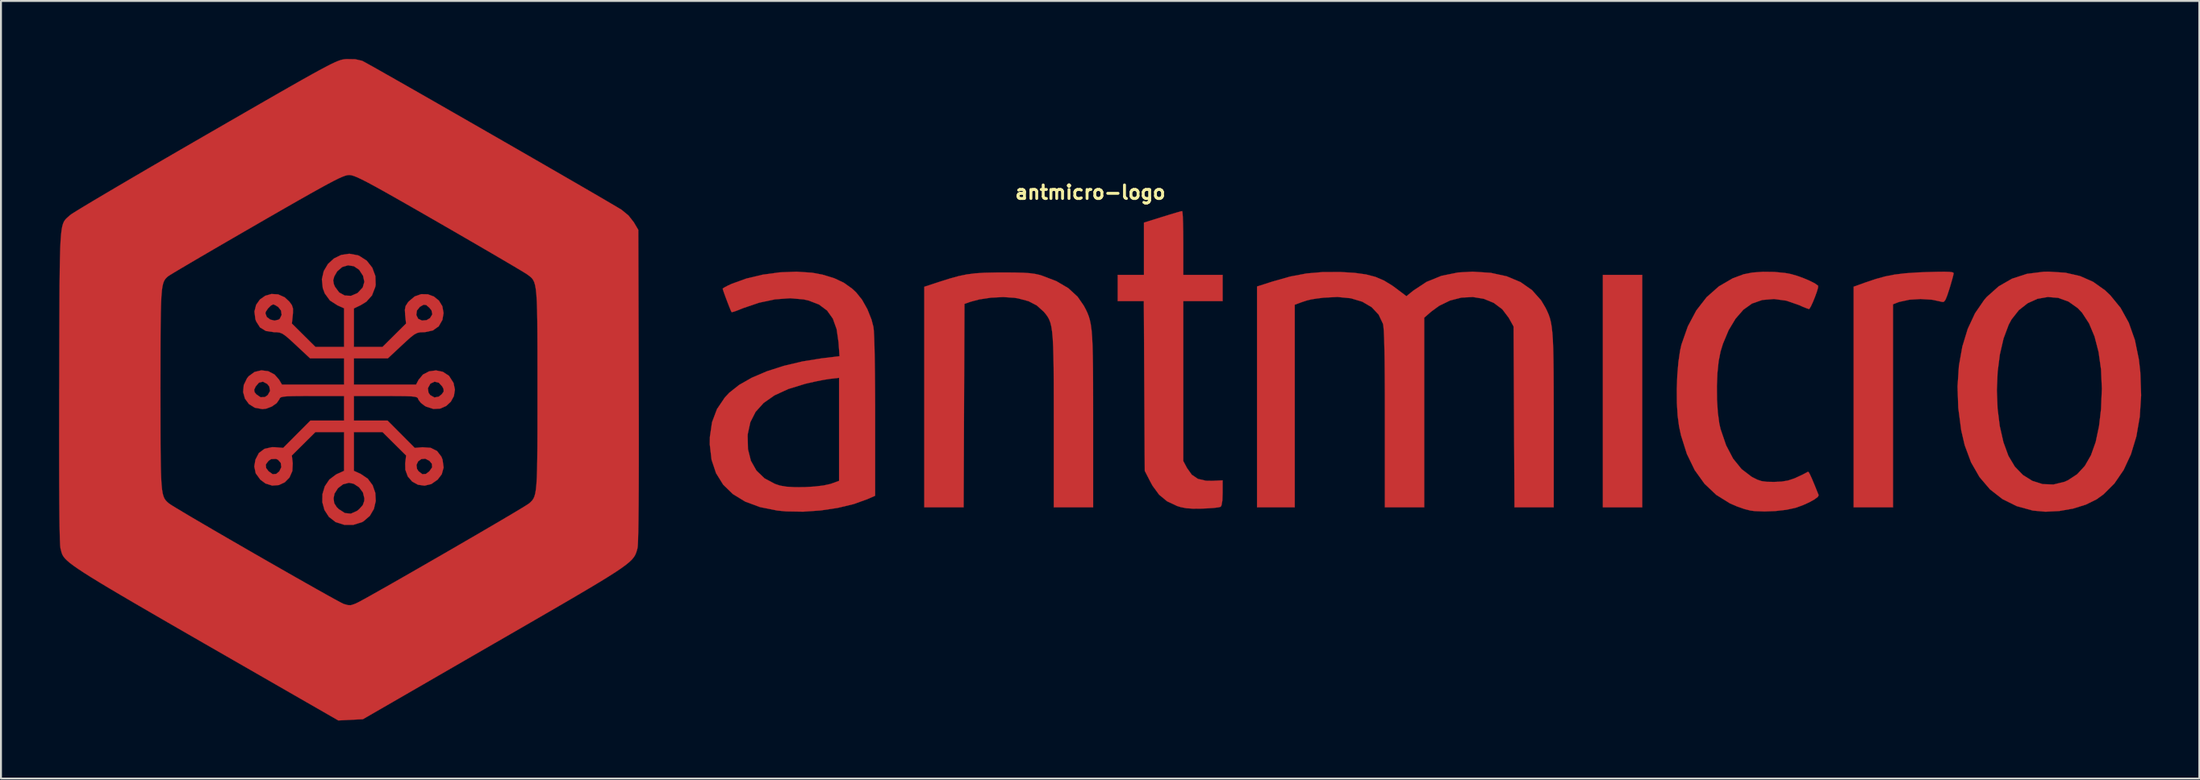
<source format=kicad_pcb>
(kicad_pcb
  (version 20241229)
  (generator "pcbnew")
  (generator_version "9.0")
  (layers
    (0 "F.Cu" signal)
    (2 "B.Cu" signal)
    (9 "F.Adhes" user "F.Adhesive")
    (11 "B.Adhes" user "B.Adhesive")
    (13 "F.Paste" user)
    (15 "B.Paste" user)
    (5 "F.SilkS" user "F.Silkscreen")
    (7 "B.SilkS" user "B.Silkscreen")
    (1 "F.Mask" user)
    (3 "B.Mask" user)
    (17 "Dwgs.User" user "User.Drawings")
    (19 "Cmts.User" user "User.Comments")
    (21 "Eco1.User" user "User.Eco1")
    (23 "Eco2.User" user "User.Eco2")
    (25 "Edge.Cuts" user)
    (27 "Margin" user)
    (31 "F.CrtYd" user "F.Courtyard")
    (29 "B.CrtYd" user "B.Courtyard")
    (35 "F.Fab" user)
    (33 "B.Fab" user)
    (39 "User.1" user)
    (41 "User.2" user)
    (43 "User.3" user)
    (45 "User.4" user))
  (footprint "antmicro-logo"
    (layer "F.Cu")
    (at 57.004 17.609)
    (property "Reference" "antmicro-logo" (at -7.701 -10.301 0) (layer "F.SilkS") (effects (font (size 0.7 0.7) (thickness 0.15)) (justify left bottom)))
    (attr through_hole)
    (fp_poly (pts (xy 24.774 5.579) (xy 22.742 5.579) (xy 22.742 -6.443) (xy 24.774 -6.443) (xy 24.774 5.579)) (stroke (width 0.01) (type solid)) (fill yes) (layer "F.Cu"))
    (fp_poly (pts (xy 40.647 -6.599) (xy 40.799 -6.578) (xy 40.858 -6.542) (xy 40.861 -6.531) (xy 40.837 -6.406) (xy 40.773 -6.165) (xy 40.681 -5.849) (xy 40.638 -5.712) (xy 40.525 -5.366) (xy 40.438 -5.157) (xy 40.363 -5.058) (xy 40.285 -5.042) (xy 40.266 -5.047) (xy 39.739 -5.159) (xy 39.151 -5.196) (xy 38.569 -5.159) (xy 38.058 -5.048) (xy 37.961 -5.014) (xy 37.728 -4.923) (xy 37.728 5.579) (xy 35.696 5.579) (xy 35.696 -5.833) (xy 36.31 -6.053) (xy 36.843 -6.232) (xy 37.331 -6.366) (xy 37.82 -6.461) (xy 38.357 -6.526) (xy 38.987 -6.569) (xy 39.443 -6.587) (xy 39.988 -6.603) (xy 40.383 -6.607) (xy 40.647 -6.599)) (stroke (width 0.01) (type solid)) (fill yes) (layer "F.Cu"))
    (fp_poly (pts (xy 1.028 -9.665) (xy 1.043 -9.441) (xy 1.056 -9.099) (xy 1.064 -8.664) (xy 1.067 -8.163) (xy 1.068 -8.094) (xy 1.068 -6.443) (xy 3.1 -6.443) (xy 3.1 -5.088) (xy 1.068 -5.088) (xy 1.068 3.182) (xy 1.26 3.546) (xy 1.508 3.893) (xy 1.826 4.108) (xy 2.241 4.203) (xy 2.571 4.208) (xy 3.1 4.182) (xy 3.1 4.834) (xy 3.085 5.235) (xy 3.041 5.478) (xy 2.994 5.551) (xy 2.868 5.582) (xy 2.615 5.611) (xy 2.276 5.633) (xy 2.041 5.643) (xy 1.577 5.647) (xy 1.227 5.624) (xy 0.937 5.568) (xy 0.746 5.508) (xy 0.231 5.265) (xy -0.179 4.927) (xy -0.519 4.464) (xy -0.626 4.268) (xy -0.922 3.692) (xy -0.946 -0.698) (xy -0.97 -5.088) (xy -2.319 -5.088) (xy -2.319 -6.443) (xy -0.964 -6.443) (xy -0.964 -9.147) (xy -0.006 -9.446) (xy 0.373 -9.563) (xy 0.691 -9.658) (xy 0.915 -9.722) (xy 1.01 -9.745) (xy 1.028 -9.665)) (stroke (width 0.01) (type solid)) (fill yes) (layer "F.Cu"))
    (fp_poly (pts (xy -7.659 -6.566) (xy -7.208 -6.554) (xy -6.862 -6.531) (xy -6.587 -6.494) (xy -6.351 -6.441) (xy -6.26 -6.414) (xy -5.492 -6.121) (xy -4.872 -5.756) (xy -4.39 -5.313) (xy -4.074 -4.854) (xy -3.972 -4.664) (xy -3.886 -4.484) (xy -3.814 -4.3) (xy -3.755 -4.097) (xy -3.707 -3.86) (xy -3.669 -3.573) (xy -3.641 -3.221) (xy -3.62 -2.791) (xy -3.606 -2.266) (xy -3.597 -1.631) (xy -3.592 -0.872) (xy -3.59 0.027) (xy -3.589 1.068) (xy -3.589 5.579) (xy -5.621 5.579) (xy -5.621 1.108) (xy -5.622 0.055) (xy -5.624 -0.843) (xy -5.629 -1.599) (xy -5.639 -2.229) (xy -5.654 -2.746) (xy -5.676 -3.165) (xy -5.707 -3.5) (xy -5.747 -3.765) (xy -5.798 -3.974) (xy -5.862 -4.141) (xy -5.939 -4.282) (xy -6.031 -4.409) (xy -6.139 -4.537) (xy -6.146 -4.544) (xy -6.496 -4.86) (xy -6.923 -5.082) (xy -7.463 -5.227) (xy -7.665 -5.259) (xy -8.233 -5.296) (xy -8.861 -5.265) (xy -9.471 -5.174) (xy -9.916 -5.055) (xy -10.235 -4.944) (xy -10.257 0.318) (xy -10.279 5.579) (xy -12.31 5.579) (xy -12.31 -5.829) (xy -11.527 -6.086) (xy -10.988 -6.256) (xy -10.53 -6.382) (xy -10.107 -6.469) (xy -9.675 -6.524) (xy -9.188 -6.555) (xy -8.6 -6.567) (xy -8.246 -6.569) (xy -7.659 -6.566)) (stroke (width 0.01) (type solid)) (fill yes) (layer "F.Cu"))
    (fp_poly (pts (xy 16.95 -6.549) (xy 17.776 -6.369) (xy 18.487 -6.071) (xy 19.079 -5.657) (xy 19.55 -5.128) (xy 19.775 -4.75) (xy 19.865 -4.567) (xy 19.941 -4.391) (xy 20.005 -4.206) (xy 20.057 -3.996) (xy 20.099 -3.748) (xy 20.132 -3.446) (xy 20.158 -3.075) (xy 20.176 -2.62) (xy 20.188 -2.067) (xy 20.196 -1.4) (xy 20.2 -0.603) (xy 20.202 0.337) (xy 20.202 1.096) (xy 20.202 5.579) (xy 18.176 5.579) (xy 18.152 0.902) (xy 18.128 -3.776) (xy 17.881 -4.222) (xy 17.545 -4.666) (xy 17.108 -4.994) (xy 16.594 -5.205) (xy 16.03 -5.298) (xy 15.439 -5.269) (xy 14.847 -5.118) (xy 14.279 -4.841) (xy 13.873 -4.542) (xy 13.513 -4.229) (xy 13.513 5.579) (xy 11.481 5.579) (xy 11.481 0.996) (xy 11.48 -0.154) (xy 11.475 -1.14) (xy 11.468 -1.968) (xy 11.457 -2.643) (xy 11.443 -3.171) (xy 11.425 -3.558) (xy 11.403 -3.808) (xy 11.385 -3.91) (xy 11.158 -4.389) (xy 10.799 -4.772) (xy 10.317 -5.055) (xy 9.725 -5.233) (xy 9.032 -5.301) (xy 8.33 -5.265) (xy 7.947 -5.218) (xy 7.673 -5.174) (xy 7.446 -5.119) (xy 7.206 -5.04) (xy 7.058 -4.986) (xy 6.825 -4.899) (xy 6.825 5.579) (xy 4.878 5.579) (xy 4.878 -5.843) (xy 5.684 -6.101) (xy 6.592 -6.358) (xy 7.441 -6.518) (xy 8.302 -6.592) (xy 9.195 -6.591) (xy 9.913 -6.549) (xy 10.5 -6.468) (xy 10.996 -6.339) (xy 11.438 -6.149) (xy 11.863 -5.889) (xy 12.038 -5.761) (xy 12.594 -5.341) (xy 12.948 -5.628) (xy 13.633 -6.081) (xy 14.403 -6.394) (xy 15.264 -6.568) (xy 16.011 -6.61) (xy 16.95 -6.549)) (stroke (width 0.01) (type solid)) (fill yes) (layer "F.Cu"))
    (fp_poly (pts (xy 46.634 -6.555) (xy 47.391 -6.382) (xy 48.061 -6.086) (xy 48.666 -5.657) (xy 48.946 -5.395) (xy 49.482 -4.739) (xy 49.907 -3.968) (xy 50.222 -3.076) (xy 50.43 -2.059) (xy 50.503 -1.4) (xy 50.544 -0.216) (xy 50.474 0.891) (xy 50.298 1.911) (xy 50.019 2.833) (xy 49.641 3.647) (xy 49.166 4.342) (xy 48.599 4.908) (xy 48.247 5.162) (xy 47.692 5.437) (xy 47.032 5.643) (xy 46.318 5.768) (xy 45.604 5.805) (xy 44.954 5.746) (xy 44.119 5.517) (xy 43.379 5.15) (xy 42.736 4.647) (xy 42.196 4.012) (xy 41.759 3.25) (xy 41.43 2.362) (xy 41.251 1.59) (xy 41.1 0.443) (xy 41.068 -0.478) (xy 43.092 -0.478) (xy 43.129 0.467) (xy 43.242 1.376) (xy 43.432 2.211) (xy 43.689 2.916) (xy 44.02 3.472) (xy 44.44 3.907) (xy 44.927 4.211) (xy 45.46 4.378) (xy 46.019 4.397) (xy 46.58 4.26) (xy 46.767 4.177) (xy 47.243 3.864) (xy 47.637 3.436) (xy 47.954 2.883) (xy 48.198 2.198) (xy 48.372 1.371) (xy 48.474 0.499) (xy 48.517 -0.563) (xy 48.474 -1.552) (xy 48.347 -2.454) (xy 48.14 -3.253) (xy 47.855 -3.935) (xy 47.497 -4.484) (xy 47.275 -4.721) (xy 46.792 -5.063) (xy 46.267 -5.254) (xy 45.725 -5.3) (xy 45.189 -5.206) (xy 44.683 -4.977) (xy 44.229 -4.62) (xy 43.851 -4.14) (xy 43.705 -3.869) (xy 43.438 -3.155) (xy 43.247 -2.326) (xy 43.132 -1.422) (xy 43.092 -0.478) (xy 41.068 -0.478) (xy 41.062 -0.672) (xy 41.132 -1.737) (xy 41.309 -2.735) (xy 41.587 -3.648) (xy 41.965 -4.458) (xy 42.438 -5.148) (xy 42.578 -5.308) (xy 43.186 -5.85) (xy 43.874 -6.246) (xy 44.646 -6.497) (xy 45.507 -6.606) (xy 45.768 -6.611) (xy 46.634 -6.555)) (stroke (width 0.01) (type solid)) (fill yes) (layer "F.Cu"))
    (fp_poly (pts (xy 31.592 -6.597) (xy 32.149 -6.543) (xy 32.459 -6.485) (xy 32.779 -6.393) (xy 33.122 -6.268) (xy 33.444 -6.129) (xy 33.702 -5.997) (xy 33.849 -5.889) (xy 33.861 -5.873) (xy 33.852 -5.768) (xy 33.791 -5.561) (xy 33.697 -5.301) (xy 33.59 -5.037) (xy 33.488 -4.818) (xy 33.411 -4.691) (xy 33.391 -4.677) (xy 33.286 -4.708) (xy 33.078 -4.791) (xy 32.868 -4.884) (xy 32.22 -5.109) (xy 31.579 -5.196) (xy 30.974 -5.145) (xy 30.443 -4.96) (xy 30 -4.643) (xy 29.594 -4.177) (xy 29.238 -3.584) (xy 28.944 -2.881) (xy 28.819 -2.476) (xy 28.721 -1.977) (xy 28.658 -1.362) (xy 28.63 -0.683) (xy 28.637 0.012) (xy 28.679 0.672) (xy 28.756 1.246) (xy 28.82 1.529) (xy 29.107 2.37) (xy 29.468 3.06) (xy 29.905 3.6) (xy 30.418 3.993) (xy 30.458 4.016) (xy 30.717 4.147) (xy 30.946 4.223) (xy 31.208 4.257) (xy 31.572 4.264) (xy 31.59 4.264) (xy 31.971 4.247) (xy 32.306 4.191) (xy 32.645 4.078) (xy 33.04 3.895) (xy 33.336 3.738) (xy 33.373 3.762) (xy 33.437 3.873) (xy 33.536 4.089) (xy 33.678 4.427) (xy 33.87 4.905) (xy 33.889 4.95) (xy 33.841 5.042) (xy 33.669 5.169) (xy 33.407 5.315) (xy 33.091 5.459) (xy 32.756 5.583) (xy 32.669 5.609) (xy 32.213 5.706) (xy 31.665 5.769) (xy 31.096 5.792) (xy 30.579 5.772) (xy 30.362 5.744) (xy 30.045 5.663) (xy 29.663 5.529) (xy 29.304 5.373) (xy 28.601 4.936) (xy 27.994 4.362) (xy 27.486 3.654) (xy 27.08 2.817) (xy 26.777 1.855) (xy 26.676 1.386) (xy 26.603 0.832) (xy 26.564 0.175) (xy 26.559 -0.537) (xy 26.586 -1.256) (xy 26.643 -1.934) (xy 26.729 -2.525) (xy 26.802 -2.845) (xy 27.131 -3.782) (xy 27.565 -4.599) (xy 28.1 -5.289) (xy 28.729 -5.846) (xy 29.446 -6.265) (xy 30.018 -6.477) (xy 30.463 -6.564) (xy 31.009 -6.604) (xy 31.592 -6.597)) (stroke (width 0.01) (type solid)) (fill yes) (layer "F.Cu"))
    (fp_poly (pts (xy -18.101 -6.555) (xy -17.565 -6.455) (xy -16.957 -6.268) (xy -16.466 -6.037) (xy -16.042 -5.734) (xy -15.833 -5.541) (xy -15.525 -5.157) (xy -15.249 -4.665) (xy -15.035 -4.127) (xy -14.936 -3.743) (xy -14.917 -3.552) (xy -14.899 -3.207) (xy -14.884 -2.72) (xy -14.871 -2.106) (xy -14.861 -1.379) (xy -14.854 -0.553) (xy -14.85 0.358) (xy -14.85 0.846) (xy -14.85 4.979) (xy -15.247 5.154) (xy -15.957 5.41) (xy -16.78 5.607) (xy -17.667 5.74) (xy -18.57 5.803) (xy -19.439 5.789) (xy -19.897 5.745) (xy -20.795 5.566) (xy -21.563 5.281) (xy -22.198 4.893) (xy -22.7 4.403) (xy -23.067 3.812) (xy -23.298 3.122) (xy -23.39 2.335) (xy -23.386 1.941) (xy -23.375 1.866) (xy -21.435 1.866) (xy -21.419 2.566) (xy -21.267 3.172) (xy -20.981 3.677) (xy -20.566 4.077) (xy -20.024 4.367) (xy -19.765 4.453) (xy -19.433 4.51) (xy -18.99 4.536) (xy -18.487 4.533) (xy -17.98 4.503) (xy -17.522 4.448) (xy -17.166 4.371) (xy -17.115 4.354) (xy -16.712 4.209) (xy -16.712 -1.121) (xy -17.199 -1.063) (xy -17.51 -1.014) (xy -17.912 -0.935) (xy -18.334 -0.84) (xy -18.467 -0.808) (xy -19.335 -0.541) (xy -20.048 -0.213) (xy -20.609 0.179) (xy -21.024 0.64) (xy -21.295 1.173) (xy -21.428 1.782) (xy -21.435 1.866) (xy -23.375 1.866) (xy -23.275 1.178) (xy -23.02 0.5) (xy -22.615 -0.101) (xy -22.385 -0.348) (xy -21.875 -0.752) (xy -21.22 -1.125) (xy -20.441 -1.458) (xy -19.56 -1.741) (xy -18.6 -1.968) (xy -17.582 -2.131) (xy -17.567 -2.132) (xy -16.689 -2.239) (xy -16.74 -2.958) (xy -16.838 -3.636) (xy -17.033 -4.18) (xy -17.333 -4.601) (xy -17.748 -4.91) (xy -18.285 -5.117) (xy -18.542 -5.175) (xy -19.242 -5.236) (xy -20.02 -5.178) (xy -20.84 -5.005) (xy -21.665 -4.725) (xy -21.738 -4.695) (xy -21.998 -4.592) (xy -22.189 -4.528) (xy -22.265 -4.517) (xy -22.308 -4.606) (xy -22.389 -4.805) (xy -22.49 -5.065) (xy -22.591 -5.335) (xy -22.674 -5.567) (xy -22.72 -5.71) (xy -22.724 -5.73) (xy -22.653 -5.785) (xy -22.469 -5.883) (xy -22.262 -5.979) (xy -21.502 -6.254) (xy -20.659 -6.454) (xy -19.781 -6.574) (xy -18.912 -6.609) (xy -18.101 -6.555)) (stroke (width 0.01) (type solid)) (fill yes) (layer "F.Cu"))
    (fp_poly (pts (xy -41.703 -17.596) (xy -41.353 -17.516) (xy -41.347 -17.514) (xy -41.237 -17.456) (xy -40.993 -17.321) (xy -40.628 -17.117) (xy -40.156 -16.849) (xy -39.589 -16.527) (xy -38.94 -16.157) (xy -38.222 -15.747) (xy -37.448 -15.304) (xy -36.631 -14.835) (xy -35.784 -14.349) (xy -34.919 -13.852) (xy -34.051 -13.353) (xy -33.19 -12.857) (xy -32.352 -12.374) (xy -31.548 -11.91) (xy -30.791 -11.472) (xy -30.095 -11.069) (xy -29.472 -10.707) (xy -28.936 -10.395) (xy -28.498 -10.138) (xy -28.173 -9.946) (xy -27.972 -9.825) (xy -27.949 -9.811) (xy -27.59 -9.516) (xy -27.314 -9.163) (xy -27.084 -8.772) (xy -27.061 -0.701) (xy -27.058 0.843) (xy -27.057 2.236) (xy -27.058 3.477) (xy -27.061 4.562) (xy -27.067 5.49) (xy -27.075 6.259) (xy -27.085 6.866) (xy -27.097 7.31) (xy -27.112 7.589) (xy -27.125 7.689) (xy -27.159 7.817) (xy -27.196 7.933) (xy -27.244 8.044) (xy -27.312 8.155) (xy -27.408 8.273) (xy -27.542 8.403) (xy -27.722 8.551) (xy -27.957 8.723) (xy -28.256 8.925) (xy -28.628 9.162) (xy -29.081 9.441) (xy -29.624 9.767) (xy -30.266 10.146) (xy -31.016 10.585) (xy -31.883 11.088) (xy -32.874 11.662) (xy -34 12.313) (xy -34.502 12.602) (xy -41.308 16.535) (xy -41.943 16.568) (xy -42.578 16.6) (xy -45.076 15.164) (xy -46.605 14.284) (xy -47.995 13.485) (xy -49.252 12.762) (xy -50.382 12.111) (xy -51.393 11.528) (xy -52.291 11.007) (xy -53.084 10.546) (xy -53.778 10.139) (xy -54.379 9.783) (xy -54.895 9.473) (xy -55.333 9.204) (xy -55.699 8.973) (xy -56 8.775) (xy -56.242 8.607) (xy -56.434 8.462) (xy -56.58 8.338) (xy -56.69 8.231) (xy -56.768 8.135) (xy -56.822 8.046) (xy -56.859 7.96) (xy -56.885 7.874) (xy -56.908 7.782) (xy -56.931 7.689) (xy -56.947 7.541) (xy -56.961 7.225) (xy -56.973 6.744) (xy -56.983 6.1) (xy -56.99 5.294) (xy -56.995 4.33) (xy -56.998 3.208) (xy -56.999 1.932) (xy -56.997 0.502) (xy -56.995 -0.517) (xy -51.765 -0.517) (xy -51.764 0.584) (xy -51.763 1.528) (xy -51.761 2.329) (xy -51.755 2.999) (xy -51.746 3.552) (xy -51.732 3.999) (xy -51.712 4.356) (xy -51.686 4.633) (xy -51.653 4.845) (xy -51.61 5.003) (xy -51.559 5.122) (xy -51.497 5.214) (xy -51.424 5.292) (xy -51.338 5.368) (xy -51.331 5.374) (xy -51.217 5.452) (xy -50.973 5.603) (xy -50.615 5.818) (xy -50.157 6.09) (xy -49.617 6.407) (xy -49.01 6.762) (xy -48.352 7.144) (xy -47.659 7.545) (xy -46.947 7.956) (xy -46.232 8.367) (xy -45.529 8.769) (xy -44.856 9.154) (xy -44.227 9.511) (xy -43.659 9.832) (xy -43.168 10.107) (xy -42.77 10.328) (xy -42.48 10.485) (xy -42.314 10.568) (xy -42.288 10.579) (xy -42.078 10.636) (xy -41.931 10.639) (xy -41.758 10.584) (xy -41.654 10.541) (xy -41.513 10.47) (xy -41.245 10.325) (xy -40.865 10.114) (xy -40.391 9.846) (xy -39.836 9.532) (xy -39.219 9.179) (xy -38.555 8.798) (xy -37.86 8.398) (xy -37.149 7.988) (xy -36.44 7.577) (xy -35.748 7.175) (xy -35.089 6.791) (xy -34.479 6.434) (xy -33.935 6.113) (xy -33.471 5.838) (xy -33.105 5.618) (xy -32.853 5.462) (xy -32.729 5.38) (xy -32.725 5.376) (xy -32.638 5.299) (xy -32.564 5.221) (xy -32.501 5.13) (xy -32.449 5.013) (xy -32.406 4.858) (xy -32.372 4.651) (xy -32.345 4.379) (xy -32.325 4.03) (xy -32.311 3.589) (xy -32.301 3.046) (xy -32.295 2.386) (xy -32.292 1.596) (xy -32.291 0.664) (xy -32.291 -0.423) (xy -32.291 -0.517) (xy -32.291 -1.622) (xy -32.292 -2.571) (xy -32.295 -3.376) (xy -32.3 -4.051) (xy -32.31 -4.607) (xy -32.325 -5.059) (xy -32.347 -5.418) (xy -32.376 -5.698) (xy -32.414 -5.912) (xy -32.461 -6.071) (xy -32.52 -6.191) (xy -32.59 -6.282) (xy -32.674 -6.358) (xy -32.772 -6.432) (xy -32.811 -6.461) (xy -32.936 -6.541) (xy -33.193 -6.697) (xy -33.569 -6.921) (xy -34.049 -7.204) (xy -34.621 -7.539) (xy -35.269 -7.917) (xy -35.98 -8.33) (xy -36.739 -8.77) (xy -37.379 -9.139) (xy -38.294 -9.666) (xy -39.075 -10.113) (xy -39.732 -10.487) (xy -40.279 -10.795) (xy -40.726 -11.042) (xy -41.086 -11.235) (xy -41.37 -11.38) (xy -41.59 -11.484) (xy -41.758 -11.552) (xy -41.885 -11.591) (xy -41.983 -11.607) (xy -42.019 -11.608) (xy -42.107 -11.6) (xy -42.22 -11.572) (xy -42.367 -11.517) (xy -42.562 -11.431) (xy -42.814 -11.305) (xy -43.137 -11.135) (xy -43.541 -10.914) (xy -44.038 -10.636) (xy -44.64 -10.295) (xy -45.357 -9.885) (xy -46.203 -9.399) (xy -46.794 -9.057) (xy -47.59 -8.597) (xy -48.346 -8.159) (xy -49.047 -7.751) (xy -49.681 -7.381) (xy -50.234 -7.056) (xy -50.693 -6.785) (xy -51.045 -6.575) (xy -51.277 -6.433) (xy -51.374 -6.369) (xy -51.452 -6.299) (xy -51.519 -6.225) (xy -51.575 -6.134) (xy -51.622 -6.013) (xy -51.661 -5.85) (xy -51.692 -5.631) (xy -51.716 -5.344) (xy -51.734 -4.975) (xy -51.747 -4.513) (xy -51.756 -3.943) (xy -51.761 -3.254) (xy -51.763 -2.432) (xy -51.764 -1.464) (xy -51.765 -0.517) (xy -56.995 -0.517) (xy -56.994 -0.701) (xy -56.991 -2.073) (xy -56.988 -3.286) (xy -56.984 -4.35) (xy -56.98 -5.276) (xy -56.975 -6.074) (xy -56.967 -6.754) (xy -56.956 -7.327) (xy -56.943 -7.803) (xy -56.925 -8.192) (xy -56.902 -8.505) (xy -56.874 -8.752) (xy -56.84 -8.943) (xy -56.799 -9.089) (xy -56.751 -9.2) (xy -56.695 -9.286) (xy -56.63 -9.357) (xy -56.556 -9.425) (xy -56.473 -9.499) (xy -56.437 -9.532) (xy -56.329 -9.608) (xy -56.085 -9.761) (xy -55.716 -9.986) (xy -55.232 -10.277) (xy -54.644 -10.626) (xy -53.963 -11.028) (xy -53.2 -11.476) (xy -52.365 -11.965) (xy -51.469 -12.487) (xy -50.523 -13.036) (xy -49.538 -13.606) (xy -49.433 -13.667) (xy -48.284 -14.33) (xy -47.272 -14.914) (xy -46.388 -15.423) (xy -45.622 -15.863) (xy -44.965 -16.238) (xy -44.407 -16.555) (xy -43.938 -16.817) (xy -43.549 -17.031) (xy -43.231 -17.201) (xy -42.974 -17.333) (xy -42.769 -17.431) (xy -42.605 -17.501) (xy -42.475 -17.548) (xy -42.367 -17.577) (xy -42.273 -17.593) (xy -42.183 -17.602) (xy -42.157 -17.604) (xy -41.703 -17.596)) (stroke (width 0.01) (type solid)) (fill yes) (layer "F.Cu"))
    (fp_poly (pts (xy -41.572 -7.457) (xy -41.496 -7.427) (xy -41.107 -7.175) (xy -40.824 -6.815) (xy -40.665 -6.387) (xy -40.65 -5.928) (xy -40.671 -5.815) (xy -40.839 -5.381) (xy -41.13 -5.056) (xy -41.423 -4.877) (xy -41.774 -4.708) (xy -41.774 -2.718) (xy -40.296 -2.718) (xy -39.688 -3.322) (xy -39.079 -3.927) (xy -39.124 -4.362) (xy -39.125 -4.371) (xy -38.55 -4.371) (xy -38.455 -4.174) (xy -38.258 -4.082) (xy -38.019 -4.102) (xy -37.843 -4.206) (xy -37.722 -4.404) (xy -37.764 -4.607) (xy -37.879 -4.75) (xy -38.04 -4.886) (xy -38.174 -4.9) (xy -38.355 -4.797) (xy -38.368 -4.787) (xy -38.518 -4.6) (xy -38.55 -4.371) (xy -39.125 -4.371) (xy -39.14 -4.641) (xy -39.103 -4.831) (xy -38.992 -5.006) (xy -38.942 -5.068) (xy -38.634 -5.328) (xy -38.296 -5.447) (xy -37.955 -5.44) (xy -37.641 -5.323) (xy -37.381 -5.112) (xy -37.205 -4.822) (xy -37.142 -4.469) (xy -37.201 -4.117) (xy -37.392 -3.783) (xy -37.698 -3.569) (xy -38.106 -3.481) (xy -38.176 -3.48) (xy -38.352 -3.474) (xy -38.499 -3.442) (xy -38.649 -3.365) (xy -38.835 -3.223) (xy -39.09 -2.995) (xy -39.297 -2.802) (xy -40.021 -2.125) (xy -41.774 -2.125) (xy -41.774 -0.771) (xy -38.561 -0.771) (xy -38.435 -1.013) (xy -38.206 -1.289) (xy -37.89 -1.454) (xy -37.533 -1.503) (xy -37.179 -1.431) (xy -36.876 -1.232) (xy -36.847 -1.201) (xy -36.628 -0.858) (xy -36.555 -0.508) (xy -36.608 -0.176) (xy -36.766 0.114) (xy -37.009 0.338) (xy -37.317 0.472) (xy -37.669 0.49) (xy -38.045 0.369) (xy -38.121 0.326) (xy -38.317 0.172) (xy -38.438 0.015) (xy -38.448 -0.013) (xy -38.472 -0.07) (xy -38.524 -0.112) (xy -38.626 -0.141) (xy -38.802 -0.16) (xy -39.074 -0.171) (xy -39.466 -0.176) (xy -39.999 -0.178) (xy -40.133 -0.178) (xy -41.774 -0.178) (xy -41.774 1.092) (xy -40.034 1.092) (xy -38.629 2.505) (xy -38.233 2.471) (xy -37.808 2.501) (xy -37.478 2.666) (xy -37.254 2.959) (xy -37.195 3.112) (xy -37.138 3.517) (xy -37.235 3.867) (xy -37.447 4.145) (xy -37.775 4.374) (xy -38.124 4.457) (xy -38.462 4.41) (xy -38.761 4.247) (xy -38.989 3.984) (xy -39.116 3.636) (xy -39.121 3.382) (xy -38.54 3.382) (xy -38.513 3.592) (xy -38.432 3.714) (xy -38.239 3.863) (xy -38.053 3.851) (xy -37.879 3.717) (xy -37.732 3.51) (xy -37.746 3.325) (xy -37.872 3.173) (xy -38.086 3.063) (xy -38.292 3.083) (xy -38.455 3.201) (xy -38.54 3.382) (xy -39.121 3.382) (xy -39.123 3.297) (xy -39.076 2.897) (xy -40.296 1.685) (xy -41.774 1.685) (xy -41.774 3.691) (xy -41.425 3.849) (xy -41.058 4.096) (xy -40.806 4.435) (xy -40.668 4.831) (xy -40.645 5.25) (xy -40.739 5.658) (xy -40.951 6.02) (xy -41.281 6.303) (xy -41.356 6.344) (xy -41.799 6.483) (xy -42.271 6.483) (xy -42.71 6.344) (xy -42.718 6.34) (xy -43.065 6.071) (xy -43.293 5.717) (xy -43.404 5.313) (xy -43.401 5.114) (xy -42.824 5.114) (xy -42.789 5.366) (xy -42.66 5.569) (xy -42.551 5.675) (xy -42.238 5.875) (xy -41.93 5.905) (xy -41.619 5.767) (xy -41.504 5.675) (xy -41.315 5.465) (xy -41.239 5.247) (xy -41.232 5.114) (xy -41.308 4.806) (xy -41.507 4.54) (xy -41.782 4.36) (xy -42.028 4.309) (xy -42.332 4.387) (xy -42.596 4.587) (xy -42.774 4.865) (xy -42.824 5.114) (xy -43.401 5.114) (xy -43.397 4.892) (xy -43.276 4.49) (xy -43.04 4.14) (xy -42.691 3.877) (xy -42.631 3.849) (xy -42.282 3.691) (xy -42.282 1.685) (xy -43.76 1.685) (xy -44.98 2.897) (xy -44.933 3.297) (xy -44.954 3.703) (xy -45.101 4.037) (xy -45.344 4.284) (xy -45.651 4.427) (xy -45.994 4.453) (xy -46.341 4.344) (xy -46.608 4.145) (xy -46.844 3.82) (xy -46.919 3.465) (xy -46.901 3.36) (xy -46.324 3.36) (xy -46.308 3.547) (xy -46.177 3.717) (xy -45.97 3.864) (xy -45.786 3.85) (xy -45.629 3.72) (xy -45.523 3.502) (xy -45.551 3.281) (xy -45.698 3.115) (xy -45.8 3.073) (xy -46.05 3.085) (xy -46.18 3.17) (xy -46.324 3.36) (xy -46.901 3.36) (xy -46.86 3.112) (xy -46.681 2.769) (xy -46.392 2.552) (xy -46.005 2.467) (xy -45.823 2.471) (xy -45.427 2.505) (xy -44.021 1.092) (xy -42.282 1.092) (xy -42.282 -0.178) (xy -43.927 -0.178) (xy -44.494 -0.177) (xy -44.914 -0.173) (xy -45.21 -0.164) (xy -45.406 -0.147) (xy -45.524 -0.12) (xy -45.588 -0.081) (xy -45.62 -0.027) (xy -45.628 -0.003) (xy -45.765 0.192) (xy -46.01 0.363) (xy -46.304 0.475) (xy -46.498 0.499) (xy -46.889 0.428) (xy -47.195 0.237) (xy -47.401 -0.044) (xy -47.495 -0.381) (xy -47.485 -0.497) (xy -46.927 -0.497) (xy -46.902 -0.375) (xy -46.817 -0.268) (xy -46.595 -0.115) (xy -46.369 -0.126) (xy -46.225 -0.226) (xy -46.103 -0.444) (xy -46.129 -0.586) (xy -37.951 -0.586) (xy -37.919 -0.349) (xy -37.831 -0.226) (xy -37.614 -0.104) (xy -37.387 -0.147) (xy -37.239 -0.268) (xy -37.136 -0.409) (xy -37.141 -0.536) (xy -37.207 -0.67) (xy -37.387 -0.866) (xy -37.602 -0.921) (xy -37.811 -0.826) (xy -37.826 -0.811) (xy -37.951 -0.586) (xy -46.129 -0.586) (xy -46.145 -0.672) (xy -46.255 -0.807) (xy -46.473 -0.921) (xy -46.679 -0.869) (xy -46.848 -0.67) (xy -46.927 -0.497) (xy -47.485 -0.497) (xy -47.464 -0.743) (xy -47.293 -1.097) (xy -47.209 -1.201) (xy -46.907 -1.422) (xy -46.554 -1.507) (xy -46.194 -1.461) (xy -45.869 -1.288) (xy -45.639 -1.023) (xy -45.49 -0.771) (xy -42.282 -0.771) (xy -42.282 -2.125) (xy -44.035 -2.125) (xy -44.759 -2.802) (xy -45.071 -3.092) (xy -45.295 -3.284) (xy -45.462 -3.4) (xy -45.607 -3.458) (xy -45.763 -3.478) (xy -45.903 -3.48) (xy -46.319 -3.541) (xy -46.624 -3.727) (xy -46.825 -4.044) (xy -46.863 -4.154) (xy -46.9 -4.46) (xy -46.346 -4.46) (xy -46.273 -4.266) (xy -46.094 -4.132) (xy -45.87 -4.078) (xy -45.659 -4.129) (xy -45.601 -4.174) (xy -45.506 -4.374) (xy -45.539 -4.602) (xy -45.687 -4.787) (xy -45.85 -4.886) (xy -45.941 -4.919) (xy -46.064 -4.856) (xy -46.21 -4.709) (xy -46.32 -4.545) (xy -46.346 -4.46) (xy -46.9 -4.46) (xy -46.911 -4.551) (xy -46.823 -4.895) (xy -46.627 -5.171) (xy -46.354 -5.362) (xy -46.031 -5.455) (xy -45.687 -5.435) (xy -45.352 -5.285) (xy -45.114 -5.068) (xy -44.978 -4.881) (xy -44.92 -4.704) (xy -44.922 -4.46) (xy -44.932 -4.362) (xy -44.977 -3.927) (xy -44.368 -3.322) (xy -43.76 -2.718) (xy -42.282 -2.718) (xy -42.282 -4.717) (xy -42.618 -4.866) (xy -43.013 -5.121) (xy -43.279 -5.485) (xy -43.382 -5.765) (xy -43.422 -6.163) (xy -42.843 -6.163) (xy -42.811 -5.969) (xy -42.75 -5.826) (xy -42.534 -5.534) (xy -42.245 -5.375) (xy -41.923 -5.359) (xy -41.604 -5.495) (xy -41.567 -5.523) (xy -41.317 -5.793) (xy -41.233 -6.085) (xy -41.3 -6.394) (xy -41.505 -6.711) (xy -41.776 -6.892) (xy -42.078 -6.938) (xy -42.376 -6.85) (xy -42.635 -6.628) (xy -42.786 -6.368) (xy -42.843 -6.163) (xy -43.422 -6.163) (xy -43.428 -6.22) (xy -43.331 -6.64) (xy -43.116 -7.004) (xy -42.808 -7.289) (xy -42.432 -7.474) (xy -42.011 -7.537) (xy -41.572 -7.457)) (stroke (width 0.01) (type solid)) (fill yes) (layer "F.Cu"))
    (fp_poly (pts (xy 24.774 5.579) (xy 22.742 5.579) (xy 22.742 -6.443) (xy 24.774 -6.443) (xy 24.774 5.579)) (stroke (width 0.01) (type solid)) (fill yes) (layer "F.Mask"))
    (fp_poly (pts (xy 40.647 -6.599) (xy 40.799 -6.578) (xy 40.858 -6.542) (xy 40.861 -6.531) (xy 40.837 -6.406) (xy 40.773 -6.165) (xy 40.681 -5.849) (xy 40.638 -5.712) (xy 40.525 -5.366) (xy 40.438 -5.157) (xy 40.363 -5.058) (xy 40.285 -5.042) (xy 40.266 -5.047) (xy 39.739 -5.159) (xy 39.151 -5.196) (xy 38.569 -5.159) (xy 38.058 -5.048) (xy 37.961 -5.014) (xy 37.728 -4.923) (xy 37.728 5.579) (xy 35.696 5.579) (xy 35.696 -5.833) (xy 36.31 -6.053) (xy 36.843 -6.232) (xy 37.331 -6.366) (xy 37.82 -6.461) (xy 38.357 -6.526) (xy 38.987 -6.569) (xy 39.443 -6.587) (xy 39.988 -6.603) (xy 40.383 -6.607) (xy 40.647 -6.599)) (stroke (width 0.01) (type solid)) (fill yes) (layer "F.Mask"))
    (fp_poly (pts (xy 1.028 -9.665) (xy 1.043 -9.441) (xy 1.056 -9.099) (xy 1.064 -8.664) (xy 1.067 -8.163) (xy 1.068 -8.094) (xy 1.068 -6.443) (xy 3.1 -6.443) (xy 3.1 -5.088) (xy 1.068 -5.088) (xy 1.068 3.182) (xy 1.26 3.546) (xy 1.508 3.893) (xy 1.826 4.108) (xy 2.241 4.203) (xy 2.571 4.208) (xy 3.1 4.182) (xy 3.1 4.834) (xy 3.085 5.235) (xy 3.041 5.478) (xy 2.994 5.551) (xy 2.868 5.582) (xy 2.615 5.611) (xy 2.276 5.633) (xy 2.041 5.643) (xy 1.577 5.647) (xy 1.227 5.624) (xy 0.937 5.568) (xy 0.746 5.508) (xy 0.231 5.265) (xy -0.179 4.927) (xy -0.519 4.464) (xy -0.626 4.268) (xy -0.922 3.692) (xy -0.946 -0.698) (xy -0.97 -5.088) (xy -2.319 -5.088) (xy -2.319 -6.443) (xy -0.964 -6.443) (xy -0.964 -9.147) (xy -0.006 -9.446) (xy 0.373 -9.563) (xy 0.691 -9.658) (xy 0.915 -9.722) (xy 1.01 -9.745) (xy 1.028 -9.665)) (stroke (width 0.01) (type solid)) (fill yes) (layer "F.Mask"))
    (fp_poly (pts (xy -7.659 -6.566) (xy -7.208 -6.554) (xy -6.862 -6.531) (xy -6.587 -6.494) (xy -6.351 -6.441) (xy -6.26 -6.414) (xy -5.492 -6.121) (xy -4.872 -5.756) (xy -4.39 -5.313) (xy -4.074 -4.854) (xy -3.972 -4.664) (xy -3.886 -4.484) (xy -3.814 -4.3) (xy -3.755 -4.097) (xy -3.707 -3.86) (xy -3.669 -3.573) (xy -3.641 -3.221) (xy -3.62 -2.791) (xy -3.606 -2.266) (xy -3.597 -1.631) (xy -3.592 -0.872) (xy -3.59 0.027) (xy -3.589 1.068) (xy -3.589 5.579) (xy -5.621 5.579) (xy -5.621 1.108) (xy -5.622 0.055) (xy -5.624 -0.843) (xy -5.629 -1.599) (xy -5.639 -2.229) (xy -5.654 -2.746) (xy -5.676 -3.165) (xy -5.707 -3.5) (xy -5.747 -3.765) (xy -5.798 -3.974) (xy -5.862 -4.141) (xy -5.939 -4.282) (xy -6.031 -4.409) (xy -6.139 -4.537) (xy -6.146 -4.544) (xy -6.496 -4.86) (xy -6.923 -5.082) (xy -7.463 -5.227) (xy -7.665 -5.259) (xy -8.233 -5.296) (xy -8.861 -5.265) (xy -9.471 -5.174) (xy -9.916 -5.055) (xy -10.235 -4.944) (xy -10.257 0.318) (xy -10.279 5.579) (xy -12.31 5.579) (xy -12.31 -5.829) (xy -11.527 -6.086) (xy -10.988 -6.256) (xy -10.53 -6.382) (xy -10.107 -6.469) (xy -9.675 -6.524) (xy -9.188 -6.555) (xy -8.6 -6.567) (xy -8.246 -6.569) (xy -7.659 -6.566)) (stroke (width 0.01) (type solid)) (fill yes) (layer "F.Mask"))
    (fp_poly (pts (xy 16.95 -6.549) (xy 17.776 -6.369) (xy 18.487 -6.071) (xy 19.079 -5.657) (xy 19.55 -5.128) (xy 19.775 -4.75) (xy 19.865 -4.567) (xy 19.941 -4.391) (xy 20.005 -4.206) (xy 20.057 -3.996) (xy 20.099 -3.748) (xy 20.132 -3.446) (xy 20.158 -3.075) (xy 20.176 -2.62) (xy 20.188 -2.067) (xy 20.196 -1.4) (xy 20.2 -0.603) (xy 20.202 0.337) (xy 20.202 1.096) (xy 20.202 5.579) (xy 18.176 5.579) (xy 18.152 0.902) (xy 18.128 -3.776) (xy 17.881 -4.222) (xy 17.545 -4.666) (xy 17.108 -4.994) (xy 16.594 -5.205) (xy 16.03 -5.298) (xy 15.439 -5.269) (xy 14.847 -5.118) (xy 14.279 -4.841) (xy 13.873 -4.542) (xy 13.513 -4.229) (xy 13.513 5.579) (xy 11.481 5.579) (xy 11.481 0.996) (xy 11.48 -0.154) (xy 11.475 -1.14) (xy 11.468 -1.968) (xy 11.457 -2.643) (xy 11.443 -3.171) (xy 11.425 -3.558) (xy 11.403 -3.808) (xy 11.385 -3.91) (xy 11.158 -4.389) (xy 10.799 -4.772) (xy 10.317 -5.055) (xy 9.725 -5.233) (xy 9.032 -5.301) (xy 8.33 -5.265) (xy 7.947 -5.218) (xy 7.673 -5.174) (xy 7.446 -5.119) (xy 7.206 -5.04) (xy 7.058 -4.986) (xy 6.825 -4.899) (xy 6.825 5.579) (xy 4.878 5.579) (xy 4.878 -5.843) (xy 5.684 -6.101) (xy 6.592 -6.358) (xy 7.441 -6.518) (xy 8.302 -6.592) (xy 9.195 -6.591) (xy 9.913 -6.549) (xy 10.5 -6.468) (xy 10.996 -6.339) (xy 11.438 -6.149) (xy 11.863 -5.889) (xy 12.038 -5.761) (xy 12.594 -5.341) (xy 12.948 -5.628) (xy 13.633 -6.081) (xy 14.403 -6.394) (xy 15.264 -6.568) (xy 16.011 -6.61) (xy 16.95 -6.549)) (stroke (width 0.01) (type solid)) (fill yes) (layer "F.Mask"))
    (fp_poly (pts (xy 46.634 -6.555) (xy 47.391 -6.382) (xy 48.061 -6.086) (xy 48.666 -5.657) (xy 48.946 -5.395) (xy 49.482 -4.739) (xy 49.907 -3.968) (xy 50.222 -3.076) (xy 50.43 -2.059) (xy 50.503 -1.4) (xy 50.544 -0.216) (xy 50.474 0.891) (xy 50.298 1.911) (xy 50.019 2.833) (xy 49.641 3.647) (xy 49.166 4.342) (xy 48.599 4.908) (xy 48.247 5.162) (xy 47.692 5.437) (xy 47.032 5.643) (xy 46.318 5.768) (xy 45.604 5.805) (xy 44.954 5.746) (xy 44.119 5.517) (xy 43.379 5.15) (xy 42.736 4.647) (xy 42.196 4.012) (xy 41.759 3.25) (xy 41.43 2.362) (xy 41.251 1.59) (xy 41.1 0.443) (xy 41.068 -0.478) (xy 43.092 -0.478) (xy 43.129 0.467) (xy 43.242 1.376) (xy 43.432 2.211) (xy 43.689 2.916) (xy 44.02 3.472) (xy 44.44 3.907) (xy 44.927 4.211) (xy 45.46 4.378) (xy 46.019 4.397) (xy 46.58 4.26) (xy 46.767 4.177) (xy 47.243 3.864) (xy 47.637 3.436) (xy 47.954 2.883) (xy 48.198 2.198) (xy 48.372 1.371) (xy 48.474 0.499) (xy 48.517 -0.563) (xy 48.474 -1.552) (xy 48.347 -2.454) (xy 48.14 -3.253) (xy 47.855 -3.935) (xy 47.497 -4.484) (xy 47.275 -4.721) (xy 46.792 -5.063) (xy 46.267 -5.254) (xy 45.725 -5.3) (xy 45.189 -5.206) (xy 44.683 -4.977) (xy 44.229 -4.62) (xy 43.851 -4.14) (xy 43.705 -3.869) (xy 43.438 -3.155) (xy 43.247 -2.326) (xy 43.132 -1.422) (xy 43.092 -0.478) (xy 41.068 -0.478) (xy 41.062 -0.672) (xy 41.132 -1.737) (xy 41.309 -2.735) (xy 41.587 -3.648) (xy 41.965 -4.458) (xy 42.438 -5.148) (xy 42.578 -5.308) (xy 43.186 -5.85) (xy 43.874 -6.246) (xy 44.646 -6.497) (xy 45.507 -6.606) (xy 45.768 -6.611) (xy 46.634 -6.555)) (stroke (width 0.01) (type solid)) (fill yes) (layer "F.Mask"))
    (fp_poly (pts (xy 31.592 -6.597) (xy 32.149 -6.543) (xy 32.459 -6.485) (xy 32.779 -6.393) (xy 33.122 -6.268) (xy 33.444 -6.129) (xy 33.702 -5.997) (xy 33.849 -5.889) (xy 33.861 -5.873) (xy 33.852 -5.768) (xy 33.791 -5.561) (xy 33.697 -5.301) (xy 33.59 -5.037) (xy 33.488 -4.818) (xy 33.411 -4.691) (xy 33.391 -4.677) (xy 33.286 -4.708) (xy 33.078 -4.791) (xy 32.868 -4.884) (xy 32.22 -5.109) (xy 31.579 -5.196) (xy 30.974 -5.145) (xy 30.443 -4.96) (xy 30 -4.643) (xy 29.594 -4.177) (xy 29.238 -3.584) (xy 28.944 -2.881) (xy 28.819 -2.476) (xy 28.721 -1.977) (xy 28.658 -1.362) (xy 28.63 -0.683) (xy 28.637 0.012) (xy 28.679 0.672) (xy 28.756 1.246) (xy 28.82 1.529) (xy 29.107 2.37) (xy 29.468 3.06) (xy 29.905 3.6) (xy 30.418 3.993) (xy 30.458 4.016) (xy 30.717 4.147) (xy 30.946 4.223) (xy 31.208 4.257) (xy 31.572 4.264) (xy 31.59 4.264) (xy 31.971 4.247) (xy 32.306 4.191) (xy 32.645 4.078) (xy 33.04 3.895) (xy 33.336 3.738) (xy 33.373 3.762) (xy 33.437 3.873) (xy 33.536 4.089) (xy 33.678 4.427) (xy 33.87 4.905) (xy 33.889 4.95) (xy 33.841 5.042) (xy 33.669 5.169) (xy 33.407 5.315) (xy 33.091 5.459) (xy 32.756 5.583) (xy 32.669 5.609) (xy 32.213 5.706) (xy 31.665 5.769) (xy 31.096 5.792) (xy 30.579 5.772) (xy 30.362 5.744) (xy 30.045 5.663) (xy 29.663 5.529) (xy 29.304 5.373) (xy 28.601 4.936) (xy 27.994 4.362) (xy 27.486 3.654) (xy 27.08 2.817) (xy 26.777 1.855) (xy 26.676 1.386) (xy 26.603 0.832) (xy 26.564 0.175) (xy 26.559 -0.537) (xy 26.586 -1.256) (xy 26.643 -1.934) (xy 26.729 -2.525) (xy 26.802 -2.845) (xy 27.131 -3.782) (xy 27.565 -4.599) (xy 28.1 -5.289) (xy 28.729 -5.846) (xy 29.446 -6.265) (xy 30.018 -6.477) (xy 30.463 -6.564) (xy 31.009 -6.604) (xy 31.592 -6.597)) (stroke (width 0.01) (type solid)) (fill yes) (layer "F.Mask"))
    (fp_poly (pts (xy -18.101 -6.555) (xy -17.565 -6.455) (xy -16.957 -6.268) (xy -16.466 -6.037) (xy -16.042 -5.734) (xy -15.833 -5.541) (xy -15.525 -5.157) (xy -15.249 -4.665) (xy -15.035 -4.127) (xy -14.936 -3.743) (xy -14.917 -3.552) (xy -14.899 -3.207) (xy -14.884 -2.72) (xy -14.871 -2.106) (xy -14.861 -1.379) (xy -14.854 -0.553) (xy -14.85 0.358) (xy -14.85 0.846) (xy -14.85 4.979) (xy -15.247 5.154) (xy -15.957 5.41) (xy -16.78 5.607) (xy -17.667 5.74) (xy -18.57 5.803) (xy -19.439 5.789) (xy -19.897 5.745) (xy -20.795 5.566) (xy -21.563 5.281) (xy -22.198 4.893) (xy -22.7 4.403) (xy -23.067 3.812) (xy -23.298 3.122) (xy -23.39 2.335) (xy -23.386 1.941) (xy -23.375 1.866) (xy -21.435 1.866) (xy -21.419 2.566) (xy -21.267 3.172) (xy -20.981 3.677) (xy -20.566 4.077) (xy -20.024 4.367) (xy -19.765 4.453) (xy -19.433 4.51) (xy -18.99 4.536) (xy -18.487 4.533) (xy -17.98 4.503) (xy -17.522 4.448) (xy -17.166 4.371) (xy -17.115 4.354) (xy -16.712 4.209) (xy -16.712 -1.121) (xy -17.199 -1.063) (xy -17.51 -1.014) (xy -17.912 -0.935) (xy -18.334 -0.84) (xy -18.467 -0.808) (xy -19.335 -0.541) (xy -20.048 -0.213) (xy -20.609 0.179) (xy -21.024 0.64) (xy -21.295 1.173) (xy -21.428 1.782) (xy -21.435 1.866) (xy -23.375 1.866) (xy -23.275 1.178) (xy -23.02 0.5) (xy -22.615 -0.101) (xy -22.385 -0.348) (xy -21.875 -0.752) (xy -21.22 -1.125) (xy -20.441 -1.458) (xy -19.56 -1.741) (xy -18.6 -1.968) (xy -17.582 -2.131) (xy -17.567 -2.132) (xy -16.689 -2.239) (xy -16.74 -2.958) (xy -16.838 -3.636) (xy -17.033 -4.18) (xy -17.333 -4.601) (xy -17.748 -4.91) (xy -18.285 -5.117) (xy -18.542 -5.175) (xy -19.242 -5.236) (xy -20.02 -5.178) (xy -20.84 -5.005) (xy -21.665 -4.725) (xy -21.738 -4.695) (xy -21.998 -4.592) (xy -22.189 -4.528) (xy -22.265 -4.517) (xy -22.308 -4.606) (xy -22.389 -4.805) (xy -22.49 -5.065) (xy -22.591 -5.335) (xy -22.674 -5.567) (xy -22.72 -5.71) (xy -22.724 -5.73) (xy -22.653 -5.785) (xy -22.469 -5.883) (xy -22.262 -5.979) (xy -21.502 -6.254) (xy -20.659 -6.454) (xy -19.781 -6.574) (xy -18.912 -6.609) (xy -18.101 -6.555)) (stroke (width 0.01) (type solid)) (fill yes) (layer "F.Mask"))
    (fp_poly (pts (xy -41.703 -17.596) (xy -41.353 -17.516) (xy -41.347 -17.514) (xy -41.237 -17.456) (xy -40.993 -17.321) (xy -40.628 -17.117) (xy -40.156 -16.849) (xy -39.589 -16.527) (xy -38.94 -16.157) (xy -38.222 -15.747) (xy -37.448 -15.304) (xy -36.631 -14.835) (xy -35.784 -14.349) (xy -34.919 -13.852) (xy -34.051 -13.353) (xy -33.19 -12.857) (xy -32.352 -12.374) (xy -31.548 -11.91) (xy -30.791 -11.472) (xy -30.095 -11.069) (xy -29.472 -10.707) (xy -28.936 -10.395) (xy -28.498 -10.138) (xy -28.173 -9.946) (xy -27.972 -9.825) (xy -27.949 -9.811) (xy -27.59 -9.516) (xy -27.314 -9.163) (xy -27.084 -8.772) (xy -27.061 -0.701) (xy -27.058 0.843) (xy -27.057 2.236) (xy -27.058 3.477) (xy -27.061 4.562) (xy -27.067 5.49) (xy -27.075 6.259) (xy -27.085 6.866) (xy -27.097 7.31) (xy -27.112 7.589) (xy -27.125 7.689) (xy -27.159 7.817) (xy -27.196 7.933) (xy -27.244 8.044) (xy -27.312 8.155) (xy -27.408 8.273) (xy -27.542 8.403) (xy -27.722 8.551) (xy -27.957 8.723) (xy -28.256 8.925) (xy -28.628 9.162) (xy -29.081 9.441) (xy -29.624 9.767) (xy -30.266 10.146) (xy -31.016 10.585) (xy -31.883 11.088) (xy -32.874 11.662) (xy -34 12.313) (xy -34.502 12.602) (xy -41.308 16.535) (xy -41.943 16.568) (xy -42.578 16.6) (xy -45.076 15.164) (xy -46.605 14.284) (xy -47.995 13.485) (xy -49.252 12.762) (xy -50.382 12.111) (xy -51.393 11.528) (xy -52.291 11.007) (xy -53.084 10.546) (xy -53.778 10.139) (xy -54.379 9.783) (xy -54.895 9.473) (xy -55.333 9.204) (xy -55.699 8.973) (xy -56 8.775) (xy -56.242 8.607) (xy -56.434 8.462) (xy -56.58 8.338) (xy -56.69 8.231) (xy -56.768 8.135) (xy -56.822 8.046) (xy -56.859 7.96) (xy -56.885 7.874) (xy -56.908 7.782) (xy -56.931 7.689) (xy -56.947 7.541) (xy -56.961 7.225) (xy -56.973 6.744) (xy -56.983 6.1) (xy -56.99 5.294) (xy -56.995 4.33) (xy -56.998 3.208) (xy -56.999 1.932) (xy -56.997 0.502) (xy -56.995 -0.517) (xy -51.765 -0.517) (xy -51.764 0.584) (xy -51.763 1.528) (xy -51.761 2.329) (xy -51.755 2.999) (xy -51.746 3.552) (xy -51.732 3.999) (xy -51.712 4.356) (xy -51.686 4.633) (xy -51.653 4.845) (xy -51.61 5.003) (xy -51.559 5.122) (xy -51.497 5.214) (xy -51.424 5.292) (xy -51.338 5.368) (xy -51.331 5.374) (xy -51.217 5.452) (xy -50.973 5.603) (xy -50.615 5.818) (xy -50.157 6.09) (xy -49.617 6.407) (xy -49.01 6.762) (xy -48.352 7.144) (xy -47.659 7.545) (xy -46.947 7.956) (xy -46.232 8.367) (xy -45.529 8.769) (xy -44.856 9.154) (xy -44.227 9.511) (xy -43.659 9.832) (xy -43.168 10.107) (xy -42.77 10.328) (xy -42.48 10.485) (xy -42.314 10.568) (xy -42.288 10.579) (xy -42.078 10.636) (xy -41.931 10.639) (xy -41.758 10.584) (xy -41.654 10.541) (xy -41.513 10.47) (xy -41.245 10.325) (xy -40.865 10.114) (xy -40.391 9.846) (xy -39.836 9.532) (xy -39.219 9.179) (xy -38.555 8.798) (xy -37.86 8.398) (xy -37.149 7.988) (xy -36.44 7.577) (xy -35.748 7.175) (xy -35.089 6.791) (xy -34.479 6.434) (xy -33.935 6.113) (xy -33.471 5.838) (xy -33.105 5.618) (xy -32.853 5.462) (xy -32.729 5.38) (xy -32.725 5.376) (xy -32.638 5.299) (xy -32.564 5.221) (xy -32.501 5.13) (xy -32.449 5.013) (xy -32.406 4.858) (xy -32.372 4.651) (xy -32.345 4.379) (xy -32.325 4.03) (xy -32.311 3.589) (xy -32.301 3.046) (xy -32.295 2.386) (xy -32.292 1.596) (xy -32.291 0.664) (xy -32.291 -0.423) (xy -32.291 -0.517) (xy -32.291 -1.622) (xy -32.292 -2.571) (xy -32.295 -3.376) (xy -32.3 -4.051) (xy -32.31 -4.607) (xy -32.325 -5.059) (xy -32.347 -5.418) (xy -32.376 -5.698) (xy -32.414 -5.912) (xy -32.461 -6.071) (xy -32.52 -6.191) (xy -32.59 -6.282) (xy -32.674 -6.358) (xy -32.772 -6.432) (xy -32.811 -6.461) (xy -32.936 -6.541) (xy -33.193 -6.697) (xy -33.569 -6.921) (xy -34.049 -7.204) (xy -34.621 -7.539) (xy -35.269 -7.917) (xy -35.98 -8.33) (xy -36.739 -8.77) (xy -37.379 -9.139) (xy -38.294 -9.666) (xy -39.075 -10.113) (xy -39.732 -10.487) (xy -40.279 -10.795) (xy -40.726 -11.042) (xy -41.086 -11.235) (xy -41.37 -11.38) (xy -41.59 -11.484) (xy -41.758 -11.552) (xy -41.885 -11.591) (xy -41.983 -11.607) (xy -42.019 -11.608) (xy -42.107 -11.6) (xy -42.22 -11.572) (xy -42.367 -11.517) (xy -42.562 -11.431) (xy -42.814 -11.305) (xy -43.137 -11.135) (xy -43.541 -10.914) (xy -44.038 -10.636) (xy -44.64 -10.295) (xy -45.357 -9.885) (xy -46.203 -9.399) (xy -46.794 -9.057) (xy -47.59 -8.597) (xy -48.346 -8.159) (xy -49.047 -7.751) (xy -49.681 -7.381) (xy -50.234 -7.056) (xy -50.693 -6.785) (xy -51.045 -6.575) (xy -51.277 -6.433) (xy -51.374 -6.369) (xy -51.452 -6.299) (xy -51.519 -6.225) (xy -51.575 -6.134) (xy -51.622 -6.013) (xy -51.661 -5.85) (xy -51.692 -5.631) (xy -51.716 -5.344) (xy -51.734 -4.975) (xy -51.747 -4.513) (xy -51.756 -3.943) (xy -51.761 -3.254) (xy -51.763 -2.432) (xy -51.764 -1.464) (xy -51.765 -0.517) (xy -56.995 -0.517) (xy -56.994 -0.701) (xy -56.991 -2.073) (xy -56.988 -3.286) (xy -56.984 -4.35) (xy -56.98 -5.276) (xy -56.975 -6.074) (xy -56.967 -6.754) (xy -56.956 -7.327) (xy -56.943 -7.803) (xy -56.925 -8.192) (xy -56.902 -8.505) (xy -56.874 -8.752) (xy -56.84 -8.943) (xy -56.799 -9.089) (xy -56.751 -9.2) (xy -56.695 -9.286) (xy -56.63 -9.357) (xy -56.556 -9.425) (xy -56.473 -9.499) (xy -56.437 -9.532) (xy -56.329 -9.608) (xy -56.085 -9.761) (xy -55.716 -9.986) (xy -55.232 -10.277) (xy -54.644 -10.626) (xy -53.963 -11.028) (xy -53.2 -11.476) (xy -52.365 -11.965) (xy -51.469 -12.487) (xy -50.523 -13.036) (xy -49.538 -13.606) (xy -49.433 -13.667) (xy -48.284 -14.33) (xy -47.272 -14.914) (xy -46.388 -15.423) (xy -45.622 -15.863) (xy -44.965 -16.238) (xy -44.407 -16.555) (xy -43.938 -16.817) (xy -43.549 -17.031) (xy -43.231 -17.201) (xy -42.974 -17.333) (xy -42.769 -17.431) (xy -42.605 -17.501) (xy -42.475 -17.548) (xy -42.367 -17.577) (xy -42.273 -17.593) (xy -42.183 -17.602) (xy -42.157 -17.604) (xy -41.703 -17.596)) (stroke (width 0.01) (type solid)) (fill yes) (layer "F.Mask"))
    (fp_poly (pts (xy -41.572 -7.457) (xy -41.496 -7.427) (xy -41.107 -7.175) (xy -40.824 -6.815) (xy -40.665 -6.387) (xy -40.65 -5.928) (xy -40.671 -5.815) (xy -40.839 -5.381) (xy -41.13 -5.056) (xy -41.423 -4.877) (xy -41.774 -4.708) (xy -41.774 -2.718) (xy -40.296 -2.718) (xy -39.688 -3.322) (xy -39.079 -3.927) (xy -39.124 -4.362) (xy -39.125 -4.371) (xy -38.55 -4.371) (xy -38.455 -4.174) (xy -38.258 -4.082) (xy -38.019 -4.102) (xy -37.843 -4.206) (xy -37.722 -4.404) (xy -37.764 -4.607) (xy -37.879 -4.75) (xy -38.04 -4.886) (xy -38.174 -4.9) (xy -38.355 -4.797) (xy -38.368 -4.787) (xy -38.518 -4.6) (xy -38.55 -4.371) (xy -39.125 -4.371) (xy -39.14 -4.641) (xy -39.103 -4.831) (xy -38.992 -5.006) (xy -38.942 -5.068) (xy -38.634 -5.328) (xy -38.296 -5.447) (xy -37.955 -5.44) (xy -37.641 -5.323) (xy -37.381 -5.112) (xy -37.205 -4.822) (xy -37.142 -4.469) (xy -37.201 -4.117) (xy -37.392 -3.783) (xy -37.698 -3.569) (xy -38.106 -3.481) (xy -38.176 -3.48) (xy -38.352 -3.474) (xy -38.499 -3.442) (xy -38.649 -3.365) (xy -38.835 -3.223) (xy -39.09 -2.995) (xy -39.297 -2.802) (xy -40.021 -2.125) (xy -41.774 -2.125) (xy -41.774 -0.771) (xy -38.561 -0.771) (xy -38.435 -1.013) (xy -38.206 -1.289) (xy -37.89 -1.454) (xy -37.533 -1.503) (xy -37.179 -1.431) (xy -36.876 -1.232) (xy -36.847 -1.201) (xy -36.628 -0.858) (xy -36.555 -0.508) (xy -36.608 -0.176) (xy -36.766 0.114) (xy -37.009 0.338) (xy -37.317 0.472) (xy -37.669 0.49) (xy -38.045 0.369) (xy -38.121 0.326) (xy -38.317 0.172) (xy -38.438 0.015) (xy -38.448 -0.013) (xy -38.472 -0.07) (xy -38.524 -0.112) (xy -38.626 -0.141) (xy -38.802 -0.16) (xy -39.074 -0.171) (xy -39.466 -0.176) (xy -39.999 -0.178) (xy -40.133 -0.178) (xy -41.774 -0.178) (xy -41.774 1.092) (xy -40.034 1.092) (xy -38.629 2.505) (xy -38.233 2.471) (xy -37.808 2.501) (xy -37.478 2.666) (xy -37.254 2.959) (xy -37.195 3.112) (xy -37.138 3.517) (xy -37.235 3.867) (xy -37.447 4.145) (xy -37.775 4.374) (xy -38.124 4.457) (xy -38.462 4.41) (xy -38.761 4.247) (xy -38.989 3.984) (xy -39.116 3.636) (xy -39.121 3.382) (xy -38.54 3.382) (xy -38.513 3.592) (xy -38.432 3.714) (xy -38.239 3.863) (xy -38.053 3.851) (xy -37.879 3.717) (xy -37.732 3.51) (xy -37.746 3.325) (xy -37.872 3.173) (xy -38.086 3.063) (xy -38.292 3.083) (xy -38.455 3.201) (xy -38.54 3.382) (xy -39.121 3.382) (xy -39.123 3.297) (xy -39.076 2.897) (xy -40.296 1.685) (xy -41.774 1.685) (xy -41.774 3.691) (xy -41.425 3.849) (xy -41.058 4.096) (xy -40.806 4.435) (xy -40.668 4.831) (xy -40.645 5.25) (xy -40.739 5.658) (xy -40.951 6.02) (xy -41.281 6.303) (xy -41.356 6.344) (xy -41.799 6.483) (xy -42.271 6.483) (xy -42.71 6.344) (xy -42.718 6.34) (xy -43.065 6.071) (xy -43.293 5.717) (xy -43.404 5.313) (xy -43.401 5.114) (xy -42.824 5.114) (xy -42.789 5.366) (xy -42.66 5.569) (xy -42.551 5.675) (xy -42.238 5.875) (xy -41.93 5.905) (xy -41.619 5.767) (xy -41.504 5.675) (xy -41.315 5.465) (xy -41.239 5.247) (xy -41.232 5.114) (xy -41.308 4.806) (xy -41.507 4.54) (xy -41.782 4.36) (xy -42.028 4.309) (xy -42.332 4.387) (xy -42.596 4.587) (xy -42.774 4.865) (xy -42.824 5.114) (xy -43.401 5.114) (xy -43.397 4.892) (xy -43.276 4.49) (xy -43.04 4.14) (xy -42.691 3.877) (xy -42.631 3.849) (xy -42.282 3.691) (xy -42.282 1.685) (xy -43.76 1.685) (xy -44.98 2.897) (xy -44.933 3.297) (xy -44.954 3.703) (xy -45.101 4.037) (xy -45.344 4.284) (xy -45.651 4.427) (xy -45.994 4.453) (xy -46.341 4.344) (xy -46.608 4.145) (xy -46.844 3.82) (xy -46.919 3.465) (xy -46.901 3.36) (xy -46.324 3.36) (xy -46.308 3.547) (xy -46.177 3.717) (xy -45.97 3.864) (xy -45.786 3.85) (xy -45.629 3.72) (xy -45.523 3.502) (xy -45.551 3.281) (xy -45.698 3.115) (xy -45.8 3.073) (xy -46.05 3.085) (xy -46.18 3.17) (xy -46.324 3.36) (xy -46.901 3.36) (xy -46.86 3.112) (xy -46.681 2.769) (xy -46.392 2.552) (xy -46.005 2.467) (xy -45.823 2.471) (xy -45.427 2.505) (xy -44.021 1.092) (xy -42.282 1.092) (xy -42.282 -0.178) (xy -43.927 -0.178) (xy -44.494 -0.177) (xy -44.914 -0.173) (xy -45.21 -0.164) (xy -45.406 -0.147) (xy -45.524 -0.12) (xy -45.588 -0.081) (xy -45.62 -0.027) (xy -45.628 -0.003) (xy -45.765 0.192) (xy -46.01 0.363) (xy -46.304 0.475) (xy -46.498 0.499) (xy -46.889 0.428) (xy -47.195 0.237) (xy -47.401 -0.044) (xy -47.495 -0.381) (xy -47.485 -0.497) (xy -46.927 -0.497) (xy -46.902 -0.375) (xy -46.817 -0.268) (xy -46.595 -0.115) (xy -46.369 -0.126) (xy -46.225 -0.226) (xy -46.103 -0.444) (xy -46.129 -0.586) (xy -37.951 -0.586) (xy -37.919 -0.349) (xy -37.831 -0.226) (xy -37.614 -0.104) (xy -37.387 -0.147) (xy -37.239 -0.268) (xy -37.136 -0.409) (xy -37.141 -0.536) (xy -37.207 -0.67) (xy -37.387 -0.866) (xy -37.602 -0.921) (xy -37.811 -0.826) (xy -37.826 -0.811) (xy -37.951 -0.586) (xy -46.129 -0.586) (xy -46.145 -0.672) (xy -46.255 -0.807) (xy -46.473 -0.921) (xy -46.679 -0.869) (xy -46.848 -0.67) (xy -46.927 -0.497) (xy -47.485 -0.497) (xy -47.464 -0.743) (xy -47.293 -1.097) (xy -47.209 -1.201) (xy -46.907 -1.422) (xy -46.554 -1.507) (xy -46.194 -1.461) (xy -45.869 -1.288) (xy -45.639 -1.023) (xy -45.49 -0.771) (xy -42.282 -0.771) (xy -42.282 -2.125) (xy -44.035 -2.125) (xy -44.759 -2.802) (xy -45.071 -3.092) (xy -45.295 -3.284) (xy -45.462 -3.4) (xy -45.607 -3.458) (xy -45.763 -3.478) (xy -45.903 -3.48) (xy -46.319 -3.541) (xy -46.624 -3.727) (xy -46.825 -4.044) (xy -46.863 -4.154) (xy -46.9 -4.46) (xy -46.346 -4.46) (xy -46.273 -4.266) (xy -46.094 -4.132) (xy -45.87 -4.078) (xy -45.659 -4.129) (xy -45.601 -4.174) (xy -45.506 -4.374) (xy -45.539 -4.602) (xy -45.687 -4.787) (xy -45.85 -4.886) (xy -45.941 -4.919) (xy -46.064 -4.856) (xy -46.21 -4.709) (xy -46.32 -4.545) (xy -46.346 -4.46) (xy -46.9 -4.46) (xy -46.911 -4.551) (xy -46.823 -4.895) (xy -46.627 -5.171) (xy -46.354 -5.362) (xy -46.031 -5.455) (xy -45.687 -5.435) (xy -45.352 -5.285) (xy -45.114 -5.068) (xy -44.978 -4.881) (xy -44.92 -4.704) (xy -44.922 -4.46) (xy -44.932 -4.362) (xy -44.977 -3.927) (xy -44.368 -3.322) (xy -43.76 -2.718) (xy -42.282 -2.718) (xy -42.282 -4.717) (xy -42.618 -4.866) (xy -43.013 -5.121) (xy -43.279 -5.485) (xy -43.382 -5.765) (xy -43.422 -6.163) (xy -42.843 -6.163) (xy -42.811 -5.969) (xy -42.75 -5.826) (xy -42.534 -5.534) (xy -42.245 -5.375) (xy -41.923 -5.359) (xy -41.604 -5.495) (xy -41.567 -5.523) (xy -41.317 -5.793) (xy -41.233 -6.085) (xy -41.3 -6.394) (xy -41.505 -6.711) (xy -41.776 -6.892) (xy -42.078 -6.938) (xy -42.376 -6.85) (xy -42.635 -6.628) (xy -42.786 -6.368) (xy -42.843 -6.163) (xy -43.422 -6.163) (xy -43.428 -6.22) (xy -43.331 -6.64) (xy -43.116 -7.004) (xy -42.808 -7.289) (xy -42.432 -7.474) (xy -42.011 -7.537) (xy -41.572 -7.457)) (stroke (width 0.01) (type solid)) (fill yes) (layer "F.Mask")))
  (gr_rect
    (start -3 -3)
    (end 110.553 37.214)
    (stroke (width 0.1) (type default))
    (fill no)
    (layer "Edge.Cuts")))
</source>
